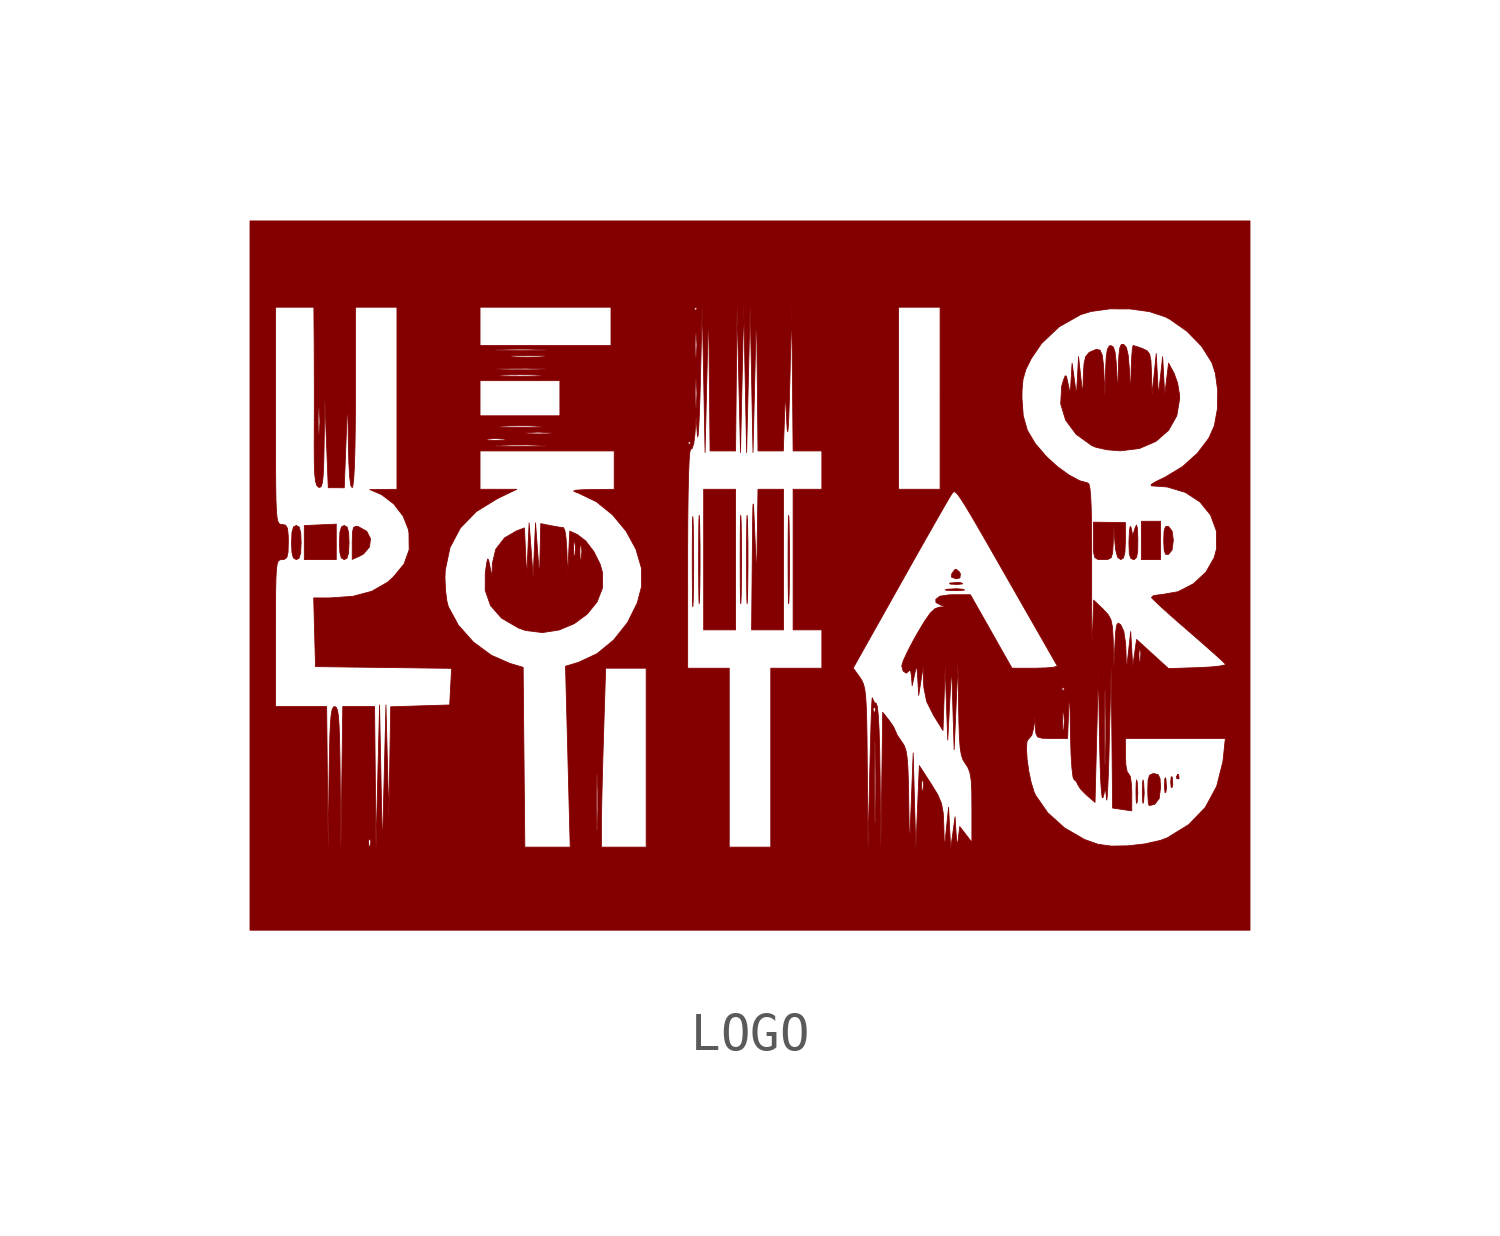
<source format=kicad_sym>
(kicad_symbol_lib
  (version 20210619)
  (generator bitmap2component)
  (symbol "LOGO"
    (pin_names
      (offset 1.016))
    (property "Reference" "#G"
      (at 0 8.763 0)
      (effects (font (size 1.27 1.27)) hide))
    (symbol "LOGO_0_0"
      (polyline (pts (xy 13.293 9.398) (xy -13.208 9.398) (xy -13.208 7.112) (xy -12.531 7.112) (xy -11.515 7.112) (xy -11.507 6.075) (xy -11.507 6) (xy -11.505 5.494) (xy -11.504 4.899) (xy -11.504 4.282) (xy -11.505 4.106) (xy -11.402 4.106) (xy -11.402 4.179) (xy -11.396 4.387) (xy -11.384 4.46) (xy -11.368 4.38) (xy -11.367 4.368) (xy -11.355 4.067) (xy -11.369 3.787) (xy -11.373 3.76) (xy -11.388 3.737) (xy -11.399 3.859) (xy -11.402 4.106) (xy -11.505 4.106) (xy -11.506 3.713) (xy -11.507 3.413) (xy -11.504 2.981) (xy -11.492 2.681) (xy -11.47 2.49) (xy -11.436 2.384) (xy -11.387 2.34) (xy -11.359 2.334) (xy -11.316 2.367) (xy -11.286 2.476) (xy -11.266 2.685) (xy -11.252 3.017) (xy -11.243 3.495) (xy -11.226 4.699) (xy -11.134 2.328) (xy -10.922 2.327) (xy -10.71 2.326) (xy -10.619 4.699) (xy -10.601 3.488) (xy -10.588 2.981) (xy -10.566 2.606) (xy -10.536 2.386) (xy -10.499 2.328) (xy -10.484 2.363) (xy -10.46 2.551) (xy -10.44 2.893) (xy -10.426 3.38) (xy -10.417 4.001) (xy -10.414 4.746) (xy -10.414 7.112) (xy -9.313 7.112) (xy -7.112 7.112) (xy -3.641 7.112) (xy -3.641 7.07) (xy -1.439 7.07) (xy -1.397 7.112) (xy -1.355 7.07) (xy -1.397 7.027) (xy -1.439 7.07) (xy -3.641 7.07) (xy -3.641 6.096) (xy -1.412 6.096) (xy -1.412 6.131) (xy -1.407 6.349) (xy -1.395 6.435) (xy -1.378 6.371) (xy -1.364 6.118) (xy -1.378 5.821) (xy -1.38 5.804) (xy -1.397 5.76) (xy -1.408 5.863) (xy -1.412 6.096) (xy -3.641 6.096) (xy -7.112 6.096) (xy -7.112 7.112) (xy -9.313 7.112) (xy -9.313 5.979) (xy -6.711 5.979) (xy -6.579 5.99) (xy -6.302 5.999) (xy -5.864 6.001) (xy -5.479 5.989) (xy -5.413 5.985) (xy -5.363 5.975) (xy -5.462 5.967) (xy -5.697 5.962) (xy -6.054 5.96) (xy -6.218 5.96) (xy -6.518 5.964) (xy -6.686 5.97) (xy -6.711 5.979) (xy -9.313 5.979) (xy -9.313 5.808) (xy -6.389 5.808) (xy -6.287 5.82) (xy -6.167 5.826) (xy -5.769 5.832) (xy -5.397 5.82) (xy -5.296 5.808) (xy -5.343 5.798) (xy -5.53 5.791) (xy -5.842 5.789) (xy -6.146 5.791) (xy -6.337 5.798) (xy -6.389 5.808) (xy -9.313 5.808) (xy -9.313 5.471) (xy -6.711 5.471) (xy -6.579 5.482) (xy -6.302 5.491) (xy -5.864 5.493) (xy -5.479 5.481) (xy -5.413 5.477) (xy -5.363 5.467) (xy -5.462 5.459) (xy -5.697 5.454) (xy -6.054 5.452) (xy -6.218 5.452) (xy -6.518 5.456) (xy -6.686 5.462) (xy -6.711 5.471) (xy -9.313 5.471) (xy -9.313 5.302) (xy -6.711 5.302) (xy -6.579 5.312) (xy -6.302 5.322) (xy -5.864 5.324) (xy -5.479 5.312) (xy -5.413 5.308) (xy -5.363 5.298) (xy -5.462 5.29) (xy -5.697 5.284) (xy -6.054 5.282) (xy -6.218 5.283) (xy -6.518 5.286) (xy -6.686 5.293) (xy -6.711 5.302) (xy -9.313 5.302) (xy -9.313 5.165) (xy -7.112 5.165) (xy -4.995 5.165) (xy -4.995 4.826) (xy -1.411 4.826) (xy -1.41 4.93) (xy -1.404 5.141) (xy -1.393 5.218) (xy -1.378 5.144) (xy -1.364 4.827) (xy -1.378 4.508) (xy -1.383 4.464) (xy -1.397 4.445) (xy -1.407 4.572) (xy -1.411 4.826) (xy -4.995 4.826) (xy -4.995 4.233) (xy -7.112 4.233) (xy -7.112 5.165) (xy -9.313 5.165) (xy -9.313 3.947) (xy -6.711 3.947) (xy -6.579 3.958) (xy -6.302 3.967) (xy -5.864 3.969) (xy -5.479 3.957) (xy -5.413 3.953) (xy -5.363 3.943) (xy -5.462 3.935) (xy -5.697 3.929) (xy -6.054 3.928) (xy -6.218 3.928) (xy -6.518 3.932) (xy -6.686 3.938) (xy -6.711 3.947) (xy -9.313 3.947) (xy -9.313 3.771) (xy -5.923 3.771) (xy -5.865 3.787) (xy -5.855 3.788) (xy -5.571 3.801) (xy -5.272 3.787) (xy -5.237 3.783) (xy -5.197 3.768) (xy -5.305 3.757) (xy -5.546 3.753) (xy -5.612 3.753) (xy -5.832 3.759) (xy -5.923 3.771) (xy -9.313 3.771) (xy -9.313 3.598) (xy -6.974 3.598) (xy -6.921 3.617) (xy -6.729 3.631) (xy -6.456 3.617) (xy -6.401 3.6) (xy -6.48 3.587) (xy -6.689 3.581) (xy -6.878 3.586) (xy -6.974 3.598) (xy -9.313 3.598) (xy -9.313 3.514) (xy -1.609 3.514) (xy -1.566 3.556) (xy -1.524 3.514) (xy -1.566 3.471) (xy -1.609 3.514) (xy -9.313 3.514) (xy -9.313 3.439) (xy -6.711 3.439) (xy -6.579 3.45) (xy -6.302 3.459) (xy -5.864 3.461) (xy -5.479 3.449) (xy -5.413 3.445) (xy -5.363 3.435) (xy -5.462 3.427) (xy -5.697 3.421) (xy -6.054 3.42) (xy -6.218 3.42) (xy -6.518 3.424) (xy -6.686 3.43) (xy -6.711 3.439) (xy -9.313 3.439) (xy -9.313 2.286) (xy -10.033 2.279) (xy -9.775 2.167) (xy -9.712 2.137) (xy -9.399 1.898) (xy -9.148 1.572) (xy -9.01 1.22) (xy -8.995 1.128) (xy -8.99 0.683) (xy -9.128 0.303) (xy -9.422 -0.053) (xy -9.427 -0.058) (xy -8.041 -0.058) (xy -8.033 0.144) (xy -7.908 0.74) (xy -7.634 1.258) (xy -7.213 1.693) (xy -6.646 2.042) (xy -6.138 2.286) (xy -6.625 2.286) (xy -7.112 2.286) (xy -7.112 3.302) (xy -3.556 3.302) (xy -3.556 2.286) (xy -4.17 2.279) (xy -4.37 2.275) (xy -4.576 2.262) (xy -4.633 2.238) (xy -4.552 2.202) (xy -4.513 2.189) (xy -4.032 1.958) (xy -3.602 1.611) (xy -3.244 1.18) (xy -2.981 0.699) (xy -2.914 0.471) (xy -1.609 0.471) (xy -1.609 0.722) (xy -1.605 1.498) (xy -1.597 2.151) (xy -1.585 2.671) (xy -1.57 3.05) (xy -1.551 3.279) (xy -1.529 3.347) (xy -1.494 3.362) (xy -1.448 3.5) (xy -1.417 3.744) (xy -1.386 4.191) (xy -1.352 3.725) (xy -1.344 3.671) (xy -1.331 3.731) (xy -1.316 3.93) (xy -1.3 4.254) (xy -1.284 4.685) (xy -1.27 5.207) (xy -1.223 7.154) (xy -1.185 5.207) (xy -1.148 3.26) (xy -1.101 5.207) (xy -1.054 7.154) (xy -1.016 3.302) (xy -0.339 3.302) (xy -0.32 5.228) (xy -0.301 7.154) (xy -0.255 5.207) (xy -0.209 3.26) (xy -0.166 5.207) (xy -0.124 7.154) (xy -0.085 5.207) (xy -0.047 3.26) (xy 0 5.207) (xy 0.047 7.154) (xy 0.085 5.207) (xy 0.122 3.26) (xy 0.169 5.207) (xy 0.216 7.154) (xy 0.254 3.302) (xy 0.589 3.302) (xy 0.925 3.302) (xy 0.953 4.085) (xy 0.981 4.868) (xy 1.017 4.064) (xy 1.03 3.862) (xy 1.042 3.81) (xy 1.056 3.915) (xy 1.07 4.181) (xy 1.085 4.611) (xy 1.101 5.207) (xy 1.148 7.154) (xy 1.148 7.112) (xy 3.979 7.112) (xy 5.08 7.112) (xy 5.08 4.699) (xy 7.25 4.699) (xy 7.251 4.888) (xy 7.277 5.197) (xy 7.352 5.457) (xy 7.494 5.746) (xy 7.768 6.149) (xy 8.239 6.595) (xy 8.805 6.914) (xy 9.073 6.997) (xy 9.572 7.067) (xy 10.11 7.066) (xy 10.623 6.995) (xy 11.045 6.857) (xy 11.162 6.796) (xy 11.621 6.475) (xy 12.011 6.075) (xy 12.282 5.644) (xy 12.375 5.359) (xy 12.437 4.898) (xy 12.428 4.409) (xy 12.346 3.963) (xy 12.199 3.637) (xy 11.899 3.242) (xy 11.504 2.887) (xy 11.052 2.613) (xy 11.048 2.611) (xy 10.79 2.485) (xy 10.672 2.412) (xy 10.678 2.378) (xy 10.795 2.37) (xy 11.101 2.347) (xy 11.578 2.204) (xy 11.967 1.95) (xy 12.248 1.603) (xy 12.401 1.185) (xy 12.407 0.714) (xy 12.345 0.477) (xy 12.125 0.093) (xy 11.792 -0.218) (xy 11.384 -0.428) (xy 10.936 -0.506) (xy 10.905 -0.507) (xy 10.736 -0.531) (xy 10.682 -0.58) (xy 10.699 -0.602) (xy 10.819 -0.721) (xy 11.034 -0.92) (xy 11.322 -1.176) (xy 11.658 -1.468) (xy 11.809 -1.599) (xy 12.128 -1.878) (xy 12.389 -2.11) (xy 12.57 -2.275) (xy 12.645 -2.35) (xy 12.632 -2.367) (xy 12.495 -2.397) (xy 12.242 -2.423) (xy 11.909 -2.44) (xy 11.134 -2.465) (xy 10.287 -1.693) (xy 10.227 -2.117) (xy 10.349 -2.117) (xy 10.35 -2.059) (xy 10.363 -1.942) (xy 10.388 -1.968) (xy 10.401 -2.05) (xy 10.388 -2.265) (xy 10.38 -2.289) (xy 10.358 -2.271) (xy 10.349 -2.117) (xy 10.227 -2.117) (xy 10.185 -2.413) (xy 10.158 -1.947) (xy 10.132 -1.482) (xy 10.019 -2.498) (xy 10.005 -1.962) (xy 9.996 -1.795) (xy 9.949 -1.48) (xy 9.867 -1.304) (xy 9.858 -1.295) (xy 9.797 -1.26) (xy 9.758 -1.314) (xy 9.734 -1.484) (xy 9.715 -1.797) (xy 9.686 -2.413) (xy 9.669 -1.773) (xy 9.666 -1.662) (xy 9.648 -1.365) (xy 9.608 -1.171) (xy 9.531 -1.031) (xy 9.401 -0.892) (xy 9.15 -0.651) (xy 9.121 -1.575) (xy 9.117 -1.676) (xy 9.111 -1.74) (xy 9.106 -1.652) (xy 9.101 -1.425) (xy 9.098 -1.069) (xy 9.097 -0.598) (xy 9.097 -0.021) (xy 9.097 0.133) (xy 9.097 0.841) (xy 9.092 1.398) (xy 9.084 1.82) (xy 9.07 2.121) (xy 9.05 2.317) (xy 9.025 2.423) (xy 8.992 2.455) (xy 8.991 2.455) (xy 8.776 2.514) (xy 8.492 2.668) (xy 8.187 2.889) (xy 7.904 3.147) (xy 7.603 3.496) (xy 7.393 3.849) (xy 7.284 4.231) (xy 7.25 4.699) (xy 5.08 4.699) (xy 5.08 2.286) (xy 3.979 2.286) (xy 3.979 7.112) (xy 1.148 7.112) (xy 1.167 5.228) (xy 1.185 3.302) (xy 1.947 3.302) (xy 1.947 2.286) (xy 1.185 2.286) (xy 1.185 -1.439) (xy 1.947 -1.439) (xy 1.947 -2.45) (xy 2.778 -2.45) (xy 4.025 -0.23) (xy 4.128 -0.047) (xy 4.439 0.507) (xy 4.725 1.011) (xy 4.973 1.447) (xy 5.172 1.795) (xy 5.311 2.034) (xy 5.379 2.145) (xy 5.393 2.166) (xy 5.419 2.204) (xy 5.448 2.223) (xy 5.487 2.21) (xy 5.545 2.151) (xy 5.629 2.034) (xy 5.748 1.847) (xy 5.91 1.577) (xy 6.124 1.21) (xy 6.397 0.735) (xy 6.738 0.138) (xy 7.156 -0.593) (xy 7.333 -0.903) (xy 7.599 -1.368) (xy 7.829 -1.77) (xy 8.011 -2.089) (xy 8.134 -2.303) (xy 8.185 -2.392) (xy 8.186 -2.397) (xy 8.104 -2.426) (xy 7.897 -2.447) (xy 7.604 -2.455) (xy 6.985 -2.454) (xy 6.435 -1.482) (xy 5.884 -0.509) (xy 5.449 -0.508) (xy 5.323 -0.511) (xy 5.074 -0.547) (xy 4.967 -0.63) (xy 4.97 -0.715) (xy 5.106 -0.787) (xy 5.195 -0.806) (xy 5.219 -0.824) (xy 5.08 -0.835) (xy 5.062 -0.837) (xy 4.944 -0.878) (xy 4.821 -0.994) (xy 4.669 -1.209) (xy 4.466 -1.55) (xy 4.369 -1.723) (xy 4.212 -2.024) (xy 4.104 -2.26) (xy 4.064 -2.391) (xy 4.101 -2.531) (xy 4.184 -2.588) (xy 4.262 -2.519) (xy 4.265 -2.511) (xy 4.299 -2.523) (xy 4.322 -2.667) (xy 4.34 -2.921) (xy 4.403 -2.625) (xy 4.434 -2.481) (xy 4.458 -2.424) (xy 4.473 -2.509) (xy 4.489 -2.752) (xy 4.513 -3.175) (xy 4.572 -2.794) (xy 4.631 -2.413) (xy 4.644 -2.858) (xy 4.65 -2.969) (xy 4.724 -3.339) (xy 4.907 -3.704) (xy 5.157 -4.106) (xy 5.186 -3.26) (xy 5.214 -2.413) (xy 5.248 -3.387) (xy 5.283 -4.36) (xy 5.334 -3.387) (xy 5.385 -2.413) (xy 5.419 -3.514) (xy 5.453 -4.614) (xy 5.503 -3.471) (xy 5.553 -2.329) (xy 5.564 -3.006) (xy 8.297 -3.006) (xy 8.34 -2.963) (xy 8.382 -3.006) (xy 8.34 -3.048) (xy 8.297 -3.006) (xy 5.564 -3.006) (xy 5.572 -3.556) (xy 5.578 -3.877) (xy 5.591 -4.281) (xy 5.612 -4.565) (xy 5.616 -4.59) (xy 7.37 -4.59) (xy 7.383 -4.393) (xy 7.433 -4.318) (xy 7.44 -4.317) (xy 7.511 -4.23) (xy 7.559 -4.043) (xy 7.593 -3.768) (xy 7.597 -3.852) (xy 8.322 -3.852) (xy 8.325 -3.696) (xy 8.339 -3.604) (xy 8.358 -3.663) (xy 8.372 -3.854) (xy 8.357 -4.086) (xy 8.342 -4.127) (xy 8.327 -4.053) (xy 8.322 -3.852) (xy 7.597 -3.852) (xy 7.606 -4.043) (xy 7.618 -4.182) (xy 7.665 -4.277) (xy 7.79 -4.312) (xy 8.04 -4.318) (xy 8.46 -4.318) (xy 8.488 -3.535) (xy 8.489 -3.519) (xy 8.499 -3.297) (xy 8.509 -3.242) (xy 8.518 -3.355) (xy 8.526 -3.636) (xy 8.534 -4.085) (xy 8.536 -4.233) (xy 8.55 -4.728) (xy 8.573 -5.101) (xy 8.602 -5.337) (xy 8.636 -5.419) (xy 8.662 -5.423) (xy 8.721 -5.515) (xy 8.722 -5.528) (xy 8.799 -5.654) (xy 8.954 -5.811) (xy 9.186 -6.011) (xy 9.231 -4.254) (xy 9.276 -2.498) (xy 9.3 -4.022) (xy 9.433 -4.022) (xy 9.433 -3.856) (xy 9.435 -3.459) (xy 9.44 -3.188) (xy 9.446 -3.055) (xy 9.453 -3.07) (xy 9.461 -3.243) (xy 9.464 -3.348) (xy 9.472 -3.852) (xy 9.471 -4.387) (xy 9.461 -4.851) (xy 9.458 -4.922) (xy 9.45 -5.027) (xy 9.443 -4.978) (xy 9.438 -4.786) (xy 9.434 -4.464) (xy 9.433 -4.022) (xy 9.3 -4.022) (xy 9.305 -4.318) (xy 9.308 -4.508) (xy 9.321 -5.029) (xy 9.337 -5.443) (xy 9.356 -5.733) (xy 9.377 -5.886) (xy 9.398 -5.884) (xy 9.463 -5.63) (xy 9.491 -5.927) (xy 9.497 -5.949) (xy 9.509 -5.862) (xy 9.523 -5.636) (xy 9.538 -5.29) (xy 9.553 -4.845) (xy 9.567 -4.318) (xy 9.614 -2.413) (xy 9.633 -4.287) (xy 9.652 -6.161) (xy 10.16 -6.236) (xy 10.16 -5.743) (xy 10.151 -5.526) (xy 10.121 -5.326) (xy 10.075 -5.249) (xy 10.04 -5.208) (xy 10.005 -5.039) (xy 9.991 -4.784) (xy 9.991 -4.318) (xy 12.639 -4.318) (xy 12.586 -4.829) (xy 12.574 -4.933) (xy 12.409 -5.587) (xy 12.108 -6.143) (xy 11.671 -6.598) (xy 11.1 -6.95) (xy 10.915 -7.019) (xy 10.512 -7.11) (xy 10.057 -7.162) (xy 9.62 -7.169) (xy 9.271 -7.123) (xy 8.908 -6.994) (xy 8.381 -6.689) (xy 7.933 -6.286) (xy 7.608 -5.818) (xy 7.572 -5.737) (xy 7.493 -5.482) (xy 7.429 -5.177) (xy 7.386 -4.865) (xy 7.37 -4.59) (xy 5.616 -4.59) (xy 5.644 -4.758) (xy 5.691 -4.892) (xy 5.757 -4.995) (xy 5.814 -5.08) (xy 5.87 -5.219) (xy 5.903 -5.417) (xy 5.919 -5.711) (xy 5.923 -6.138) (xy 5.923 -7.07) (xy 5.601 -6.651) (xy 5.566 -6.945) (xy 5.554 -7.037) (xy 5.536 -7.115) (xy 5.521 -7.045) (xy 5.503 -6.816) (xy 5.477 -6.392) (xy 5.419 -6.816) (xy 5.361 -7.239) (xy 5.333 -6.689) (xy 5.305 -6.138) (xy 5.249 -6.689) (xy 5.194 -7.239) (xy 5.179 -6.627) (xy 5.163 -6.291) (xy 5.117 -6.039) (xy 5.019 -5.808) (xy 4.847 -5.526) (xy 4.53 -5.038) (xy 4.508 -5.546) (xy 4.588 -5.546) (xy 4.589 -5.519) (xy 4.604 -5.407) (xy 4.631 -5.441) (xy 4.644 -5.527) (xy 4.628 -5.695) (xy 4.624 -5.703) (xy 4.598 -5.69) (xy 4.588 -5.546) (xy 4.508 -5.546) (xy 4.437 -7.239) (xy 4.367 -4.699) (xy 4.318 -5.969) (xy 4.269 -7.239) (xy 4.249 -5.927) (xy 4.241 -5.472) (xy 4.227 -5.086) (xy 4.206 -4.815) (xy 4.175 -4.63) (xy 4.128 -4.502) (xy 4.064 -4.403) (xy 4.061 -4.399) (xy 3.946 -4.231) (xy 3.897 -4.12) (xy 3.896 -4.118) (xy 3.845 -4.004) (xy 3.727 -3.835) (xy 3.559 -3.622) (xy 3.535 -5.431) (xy 3.51 -7.239) (xy 3.491 -5.313) (xy 3.49 -5.297) (xy 3.48 -4.636) (xy 3.464 -4.104) (xy 3.443 -3.712) (xy 3.417 -3.47) (xy 3.387 -3.387) (xy 3.339 -3.364) (xy 3.283 -3.239) (xy 3.278 -3.257) (xy 3.268 -3.416) (xy 3.263 -3.556) (xy 3.302 -3.556) (xy 3.308 -3.511) (xy 3.358 -3.499) (xy 3.369 -3.512) (xy 3.358 -3.612) (xy 3.333 -3.626) (xy 3.302 -3.556) (xy 3.263 -3.556) (xy 3.257 -3.707) (xy 3.244 -4.109) (xy 3.231 -4.602) (xy 3.217 -5.165) (xy 3.211 -5.461) (xy 3.338 -5.461) (xy 3.338 -5.159) (xy 3.341 -4.769) (xy 3.345 -4.508) (xy 3.351 -4.386) (xy 3.357 -4.412) (xy 3.365 -4.598) (xy 3.37 -4.785) (xy 3.376 -5.326) (xy 3.374 -5.888) (xy 3.365 -6.376) (xy 3.36 -6.499) (xy 3.353 -6.573) (xy 3.347 -6.495) (xy 3.342 -6.277) (xy 3.339 -5.928) (xy 3.338 -5.461) (xy 3.211 -5.461) (xy 3.17 -7.239) (xy 3.151 -5.093) (xy 3.15 -4.958) (xy 3.144 -4.326) (xy 3.136 -3.837) (xy 3.124 -3.47) (xy 3.108 -3.203) (xy 3.084 -3.014) (xy 3.052 -2.881) (xy 3.01 -2.784) (xy 2.955 -2.698) (xy 2.778 -2.45) (xy 1.947 -2.45) (xy 1.947 -2.455) (xy 0.593 -2.455) (xy 0.593 -7.197) (xy -0.508 -7.197) (xy -0.508 -2.455) (xy -1.609 -2.455) (xy -1.609 0.471) (xy -2.914 0.471) (xy -2.835 0.199) (xy -2.83 -0.286) (xy -2.943 -0.72) (xy -3.204 -1.246) (xy -3.571 -1.708) (xy -4.013 -2.071) (xy -4.503 -2.3) (xy -4.846 -2.403) (xy -4.784 -4.8) (xy -4.753 -6.011) (xy -4.03 -6.011) (xy -4.03 -5.748) (xy -4.026 -5.451) (xy -4.019 -5.285) (xy -4.011 -5.263) (xy -4.001 -5.397) (xy -3.991 -5.717) (xy -3.99 -6.194) (xy -4 -6.588) (xy -3.895 -6.588) (xy -3.891 -6.301) (xy -3.883 -5.888) (xy -3.871 -5.383) (xy -3.856 -4.824) (xy -3.839 -4.247) (xy -3.783 -2.455) (xy -2.709 -2.455) (xy -2.709 -7.197) (xy -3.895 -7.197) (xy -3.895 -6.588) (xy -4 -6.588) (xy -4.001 -6.625) (xy -4.008 -6.733) (xy -4.017 -6.762) (xy -4.024 -6.643) (xy -4.029 -6.388) (xy -4.03 -6.011) (xy -4.753 -6.011) (xy -4.722 -7.197) (xy -5.924 -7.197) (xy -5.947 -4.814) (xy -5.969 -2.432) (xy -6.316 -2.329) (xy -6.809 -2.114) (xy -7.29 -1.76) (xy -7.685 -1.316) (xy -7.954 -0.82) (xy -7.991 -0.672) (xy -8.028 -0.382) (xy -8.041 -0.058) (xy -9.427 -0.058) (xy -9.575 -0.184) (xy -9.983 -0.417) (xy -10.482 -0.55) (xy -11.098 -0.593) (xy -11.52 -0.593) (xy -11.472 -2.413) (xy -9.669 -2.436) (xy -7.866 -2.459) (xy -7.891 -2.944) (xy -7.916 -3.429) (xy -8.698 -3.453) (xy -9.479 -3.478) (xy -9.504 -4.935) (xy -9.529 -6.392) (xy -9.567 -4.911) (xy -9.605 -3.429) (xy -9.652 -5.334) (xy -9.699 -7.239) (xy -9.737 -5.334) (xy -9.774 -3.429) (xy -9.869 -7.239) (xy -9.887 -5.355) (xy -9.906 -3.471) (xy -10.749 -3.471) (xy -10.774 -5.355) (xy -10.796 -7.063) (xy -10.069 -7.063) (xy -10.055 -6.979) (xy -10.018 -7.011) (xy -10.004 -7.06) (xy -10.024 -7.174) (xy -10.053 -7.172) (xy -10.069 -7.063) (xy -10.796 -7.063) (xy -10.799 -7.239) (xy -10.818 -5.355) (xy -10.824 -4.833) (xy -10.834 -4.336) (xy -10.847 -3.973) (xy -10.865 -3.724) (xy -10.889 -3.571) (xy -10.921 -3.493) (xy -10.963 -3.471) (xy -10.997 -3.485) (xy -11.031 -3.551) (xy -11.057 -3.69) (xy -11.077 -3.92) (xy -11.092 -4.261) (xy -11.103 -4.733) (xy -11.113 -5.355) (xy -11.137 -7.239) (xy -11.157 -5.355) (xy -11.176 -3.471) (xy -12.531 -3.471) (xy -12.531 -1.48) (xy -12.53 -0.868) (xy -12.527 -0.403) (xy -12.52 -0.066) (xy -12.507 0.165) (xy -12.487 0.308) (xy -12.457 0.386) (xy -12.415 0.417) (xy -12.361 0.423) (xy -12.302 0.428) (xy -12.231 0.48) (xy -12.199 0.62) (xy -12.192 0.889) (xy -12.194 1.052) (xy -12.213 1.247) (xy -12.264 1.335) (xy -12.361 1.355) (xy -12.403 1.358) (xy -12.44 1.38) (xy -12.469 1.437) (xy -12.492 1.547) (xy -12.508 1.725) (xy -12.519 1.988) (xy -12.525 2.354) (xy -12.529 2.839) (xy -12.53 3.46) (xy -12.531 4.233) (xy -12.531 7.112) (xy -13.208 7.112) (xy -13.208 -9.398) (xy 13.293 -9.398) (xy 13.293 9.398)) (stroke (width 0.01)) (fill (type outline)))
      (polyline (pts (xy -11.908 0.459) (xy -11.865 0.599) (xy -11.853 0.875) (xy -11.863 1.134) (xy -11.903 1.284) (xy -11.98 1.327) (xy -12.053 1.291) (xy -12.095 1.151) (xy -12.107 0.875) (xy -12.097 0.616) (xy -12.058 0.466) (xy -11.98 0.423) (xy -11.908 0.459)) (stroke (width 0.01)) (fill (type outline)))
      (polyline (pts (xy -10.922 1.363) (xy -11.345 1.344) (xy -11.769 1.325) (xy -11.769 0.423) (xy -10.922 0.423) (xy -10.922 1.363)) (stroke (width 0.01)) (fill (type outline)))
      (polyline (pts (xy -10.638 0.459) (xy -10.595 0.599) (xy -10.583 0.875) (xy -10.593 1.134) (xy -10.633 1.284) (xy -10.71 1.327) (xy -10.783 1.291) (xy -10.825 1.151) (xy -10.837 0.875) (xy -10.827 0.616) (xy -10.788 0.466) (xy -10.71 0.423) (xy -10.638 0.459)) (stroke (width 0.01)) (fill (type outline)))
      (polyline (pts (xy -10.285 0.524) (xy -10.197 0.574) (xy -10.041 0.76) (xy -10.014 0.975) (xy -10.112 1.17) (xy -10.332 1.295) (xy -10.399 1.307) (xy -10.464 1.274) (xy -10.493 1.145) (xy -10.499 0.883) (xy -10.499 0.427) (xy -10.285 0.524)) (stroke (width 0.01)) (fill (type outline)))
      (polyline (pts (xy -5.021 -1.444) (xy -4.615 -1.275) (xy -4.27 -1.021) (xy -4.011 -0.699) (xy -3.866 -0.328) (xy -3.864 0.074) (xy -3.929 0.302) (xy -4.094 0.633) (xy -4.307 0.913) (xy -4.529 1.085) (xy -4.734 1.178) (xy -4.756 0.72) (xy -4.635 0.72) (xy -4.633 0.812) (xy -4.619 0.914) (xy -4.597 0.867) (xy -4.583 0.732) (xy -4.59 0.635) (xy -4.466 0.635) (xy -4.464 0.727) (xy -4.45 0.829) (xy -4.428 0.782) (xy -4.413 0.647) (xy -4.429 0.444) (xy -4.44 0.416) (xy -4.459 0.461) (xy -4.466 0.635) (xy -4.59 0.635) (xy -4.598 0.528) (xy -4.609 0.5) (xy -4.629 0.545) (xy -4.635 0.72) (xy -4.756 0.72) (xy -4.763 0.568) (xy -4.792 -0.042) (xy -4.809 0.614) (xy -4.812 0.691) (xy -4.832 0.986) (xy -4.863 1.192) (xy -4.9 1.27) (xy -4.901 1.27) (xy -5.031 1.286) (xy -5.239 1.323) (xy -5.503 1.376) (xy -5.519 0.667) (xy -5.535 -0.042) (xy -5.588 0.677) (xy -5.641 1.397) (xy -5.673 0.677) (xy -5.704 -0.042) (xy -5.757 0.677) (xy -5.811 1.397) (xy -5.843 0.677) (xy -5.876 -0.042) (xy -5.905 0.611) (xy -5.934 1.263) (xy -6.145 1.183) (xy -6.462 0.999) (xy -6.695 0.699) (xy -6.785 0.321) (xy -6.796 -0.042) (xy -6.852 0.254) (xy -6.853 0.26) (xy -6.885 0.412) (xy -6.909 0.441) (xy -6.935 0.332) (xy -6.973 0.07) (xy -6.975 -0.391) (xy -6.833 -0.797) (xy -6.541 -1.129) (xy -6.095 -1.389) (xy -5.903 -1.457) (xy -5.459 -1.511) (xy -5.021 -1.444)) (stroke (width 0.01)) (fill (type outline)))
      (polyline (pts (xy -1.468 -0.802) (xy -1.461 -0.619) (xy -1.455 -0.354) (xy -1.45 0.21) (xy -1.452 0.801) (xy -1.461 1.329) (xy -1.467 1.511) (xy -1.474 1.567) (xy -1.48 1.473) (xy -1.484 1.237) (xy -1.487 0.87) (xy -1.488 0.381) (xy -1.487 -0.051) (xy -1.484 -0.441) (xy -1.48 -0.703) (xy -1.475 -0.827) (xy -1.468 -0.802)) (stroke (width 0.01)) (fill (type outline)))
      (polyline (pts (xy -1.299 -0.717) (xy -1.292 -0.529) (xy -1.287 -0.314) (xy -1.281 0.255) (xy -1.282 0.851) (xy -1.292 1.376) (xy -1.298 1.54) (xy -1.304 1.598) (xy -1.31 1.505) (xy -1.315 1.272) (xy -1.317 0.908) (xy -1.319 0.423) (xy -1.318 0.022) (xy -1.315 -0.365) (xy -1.311 -0.625) (xy -1.306 -0.745) (xy -1.299 -0.717)) (stroke (width 0.01)) (fill (type outline)))
      (polyline (pts (xy -0.339 2.286) (xy -1.185 2.286) (xy -1.185 -1.439) (xy -0.339 -1.439) (xy -0.339 2.286)) (stroke (width 0.01)) (fill (type outline)))
      (polyline (pts (xy -0.198 -0.717) (xy -0.191 -0.529) (xy -0.186 -0.314) (xy -0.18 0.255) (xy -0.182 0.851) (xy -0.191 1.376) (xy -0.197 1.54) (xy -0.204 1.598) (xy -0.209 1.505) (xy -0.214 1.272) (xy -0.217 0.908) (xy -0.218 0.423) (xy -0.217 0.022) (xy -0.215 -0.365) (xy -0.21 -0.625) (xy -0.205 -0.745) (xy -0.198 -0.717)) (stroke (width 0.01)) (fill (type outline)))
      (polyline (pts (xy -0.029 -0.717) (xy -0.021 -0.529) (xy -0.017 -0.314) (xy -0.011 0.255) (xy -0.012 0.851) (xy -0.021 1.376) (xy -0.028 1.54) (xy -0.034 1.598) (xy -0.04 1.505) (xy -0.045 1.272) (xy -0.048 0.908) (xy -0.049 0.423) (xy -0.048 0.022) (xy -0.045 -0.365) (xy -0.041 -0.625) (xy -0.035 -0.745) (xy -0.029 -0.717)) (stroke (width 0.01)) (fill (type outline)))
      (polyline (pts (xy 0.931 2.286) (xy 0.254 2.286) (xy 0.236 1.122) (xy 0.219 -0.042) (xy 0.169 1.143) (xy 0.154 1.488) (xy 0.142 1.752) (xy 0.132 1.89) (xy 0.124 1.896) (xy 0.118 1.762) (xy 0.113 1.48) (xy 0.108 1.043) (xy 0.102 0.445) (xy 0.085 -1.439) (xy 0.931 -1.439) (xy 0.931 2.286)) (stroke (width 0.01)) (fill (type outline)))
      (polyline (pts (xy 1.072 -0.717) (xy 1.079 -0.529) (xy 1.084 -0.314) (xy 1.09 0.255) (xy 1.088 0.851) (xy 1.079 1.376) (xy 1.073 1.54) (xy 1.066 1.598) (xy 1.061 1.505) (xy 1.056 1.272) (xy 1.053 0.908) (xy 1.052 0.423) (xy 1.053 0.022) (xy 1.055 -0.365) (xy 1.06 -0.625) (xy 1.065 -0.745) (xy 1.072 -0.717)) (stroke (width 0.01)) (fill (type outline)))
      (polyline (pts (xy 5.618 -0.396) (xy 5.729 -0.384) (xy 5.695 -0.364) (xy 5.522 -0.349) (xy 5.272 -0.362) (xy 5.213 -0.378) (xy 5.269 -0.393) (xy 5.461 -0.399) (xy 5.618 -0.396)) (stroke (width 0.01)) (fill (type outline)))
      (polyline (pts (xy 5.561 -0.234) (xy 5.678 -0.22) (xy 5.652 -0.196) (xy 5.57 -0.182) (xy 5.355 -0.196) (xy 5.331 -0.203) (xy 5.349 -0.226) (xy 5.503 -0.234) (xy 5.561 -0.234)) (stroke (width 0.01)) (fill (type outline)))
      (polyline (pts (xy 5.605 -0.062) (xy 5.619 0.042) (xy 5.588 0.102) (xy 5.503 0.169) (xy 5.466 0.154) (xy 5.388 0.042) (xy 5.384 -0.043) (xy 5.503 -0.085) (xy 5.605 -0.062)) (stroke (width 0.01)) (fill (type outline)))
      (polyline (pts (xy 10.305 -5.992) (xy 10.32 -5.76) (xy 10.306 -5.484) (xy 10.306 -5.482) (xy 10.289 -5.414) (xy 10.276 -5.498) (xy 10.271 -5.715) (xy 10.275 -5.938) (xy 10.287 -6.038) (xy 10.305 -5.992)) (stroke (width 0.01)) (fill (type outline)))
      (polyline (pts (xy 10.474 -5.992) (xy 10.489 -5.76) (xy 10.475 -5.484) (xy 10.475 -5.482) (xy 10.458 -5.414) (xy 10.445 -5.498) (xy 10.44 -5.715) (xy 10.444 -5.938) (xy 10.457 -6.038) (xy 10.474 -5.992)) (stroke (width 0.01)) (fill (type outline)))
      (polyline (pts (xy 10.768 -6.063) (xy 10.885 -5.911) (xy 10.922 -5.621) (xy 10.922 -5.61) (xy 10.909 -5.381) (xy 10.859 -5.275) (xy 10.753 -5.249) (xy 10.713 -5.251) (xy 10.63 -5.292) (xy 10.592 -5.419) (xy 10.583 -5.673) (xy 10.586 -5.825) (xy 10.598 -6.02) (xy 10.619 -6.096) (xy 10.768 -6.063)) (stroke (width 0.01)) (fill (type outline)))
      (polyline (pts (xy 11.065 -5.737) (xy 11.08 -5.619) (xy 11.066 -5.398) (xy 11.055 -5.357) (xy 11.036 -5.382) (xy 11.028 -5.546) (xy 11.029 -5.635) (xy 11.042 -5.757) (xy 11.065 -5.737)) (stroke (width 0.01)) (fill (type outline)))
      (polyline (pts (xy 11.232 -5.611) (xy 11.247 -5.541) (xy 11.235 -5.357) (xy 11.23 -5.342) (xy 11.205 -5.33) (xy 11.193 -5.461) (xy 11.192 -5.481) (xy 11.204 -5.614) (xy 11.232 -5.611)) (stroke (width 0.01)) (fill (type outline)))
      (polyline (pts (xy 11.412 -5.378) (xy 11.402 -5.277) (xy 11.376 -5.264) (xy 11.345 -5.334) (xy 11.351 -5.379) (xy 11.402 -5.39) (xy 11.412 -5.378)) (stroke (width 0.01)) (fill (type outline)))
      (polyline (pts (xy 9.941 0.468) (xy 9.979 0.622) (xy 9.991 0.914) (xy 9.991 1.405) (xy 9.144 1.415) (xy 9.144 0.858) (xy 9.15 0.607) (xy 9.18 0.478) (xy 9.256 0.43) (xy 9.398 0.423) (xy 9.532 0.43) (xy 9.617 0.477) (xy 9.653 0.609) (xy 9.668 0.868) (xy 9.683 1.312) (xy 9.714 0.868) (xy 9.734 0.677) (xy 9.785 0.483) (xy 9.868 0.423) (xy 9.868 0.423) (xy 9.941 0.468)) (stroke (width 0.01)) (fill (type outline)))
      (polyline (pts (xy 10.228 0.426) (xy 10.288 0.487) (xy 10.317 0.652) (xy 10.321 0.953) (xy 10.32 1.012) (xy 10.308 1.256) (xy 10.285 1.339) (xy 10.249 1.27) (xy 10.186 1.058) (xy 10.142 1.27) (xy 10.141 1.274) (xy 10.118 1.303) (xy 10.098 1.188) (xy 10.087 0.953) (xy 10.085 0.84) (xy 10.094 0.587) (xy 10.131 0.459) (xy 10.202 0.423) (xy 10.228 0.426)) (stroke (width 0.01)) (fill (type outline)))
      (polyline (pts (xy 10.922 1.439) (xy 10.414 1.439) (xy 10.414 0.423) (xy 10.922 0.423) (xy 10.922 1.439)) (stroke (width 0.01)) (fill (type outline)))
      (polyline (pts (xy 11.226 0.675) (xy 11.261 0.931) (xy 11.23 1.176) (xy 11.134 1.301) (xy 11.127 1.303) (xy 11.053 1.295) (xy 11.016 1.181) (xy 11.007 0.931) (xy 11.007 0.908) (xy 11.018 0.669) (xy 11.056 0.564) (xy 11.134 0.562) (xy 11.226 0.675)) (stroke (width 0.01)) (fill (type outline)))
      (polyline (pts (xy 10.362 3.367) (xy 10.799 3.555) (xy 11.136 3.85) (xy 11.353 4.235) (xy 11.43 4.692) (xy 11.426 4.787) (xy 11.375 5.101) (xy 11.282 5.359) (xy 11.135 5.63) (xy 11.084 5.207) (xy 11.033 4.784) (xy 10.978 5.8) (xy 10.922 5.292) (xy 10.866 4.784) (xy 10.837 5.334) (xy 10.808 5.884) (xy 10.753 5.334) (xy 10.697 4.784) (xy 10.683 5.357) (xy 10.681 5.41) (xy 10.667 5.697) (xy 10.634 5.865) (xy 10.567 5.956) (xy 10.451 6.013) (xy 10.294 6.069) (xy 10.197 6.096) (xy 10.192 6.091) (xy 10.173 5.98) (xy 10.155 5.749) (xy 10.143 5.44) (xy 10.126 4.784) (xy 10.097 5.432) (xy 10.094 5.498) (xy 10.065 5.842) (xy 10.017 6.044) (xy 9.945 6.128) (xy 9.944 6.128) (xy 9.882 6.123) (xy 9.842 6.032) (xy 9.818 5.826) (xy 9.804 5.48) (xy 9.787 4.784) (xy 9.758 5.44) (xy 9.747 5.648) (xy 9.718 5.915) (xy 9.673 6.055) (xy 9.606 6.096) (xy 9.563 6.083) (xy 9.512 5.991) (xy 9.482 5.786) (xy 9.466 5.44) (xy 9.449 4.784) (xy 9.42 5.397) (xy 9.41 5.576) (xy 9.378 5.842) (xy 9.319 5.974) (xy 9.216 5.993) (xy 9.054 5.924) (xy 9.02 5.903) (xy 8.938 5.802) (xy 8.895 5.619) (xy 8.876 5.31) (xy 8.861 4.784) (xy 8.749 5.8) (xy 8.722 5.292) (xy 8.694 4.784) (xy 8.636 5.207) (xy 8.578 5.63) (xy 8.553 5.207) (xy 8.541 5.01) (xy 8.527 4.89) (xy 8.506 4.918) (xy 8.473 5.08) (xy 8.466 5.118) (xy 8.428 5.281) (xy 8.396 5.294) (xy 8.348 5.173) (xy 8.302 5.015) (xy 8.276 4.55) (xy 8.407 4.119) (xy 8.685 3.743) (xy 9.102 3.443) (xy 9.209 3.399) (xy 9.509 3.333) (xy 9.856 3.305) (xy 10.362 3.367)) (stroke (width 0.01)) (fill (type outline))))))
</source>
